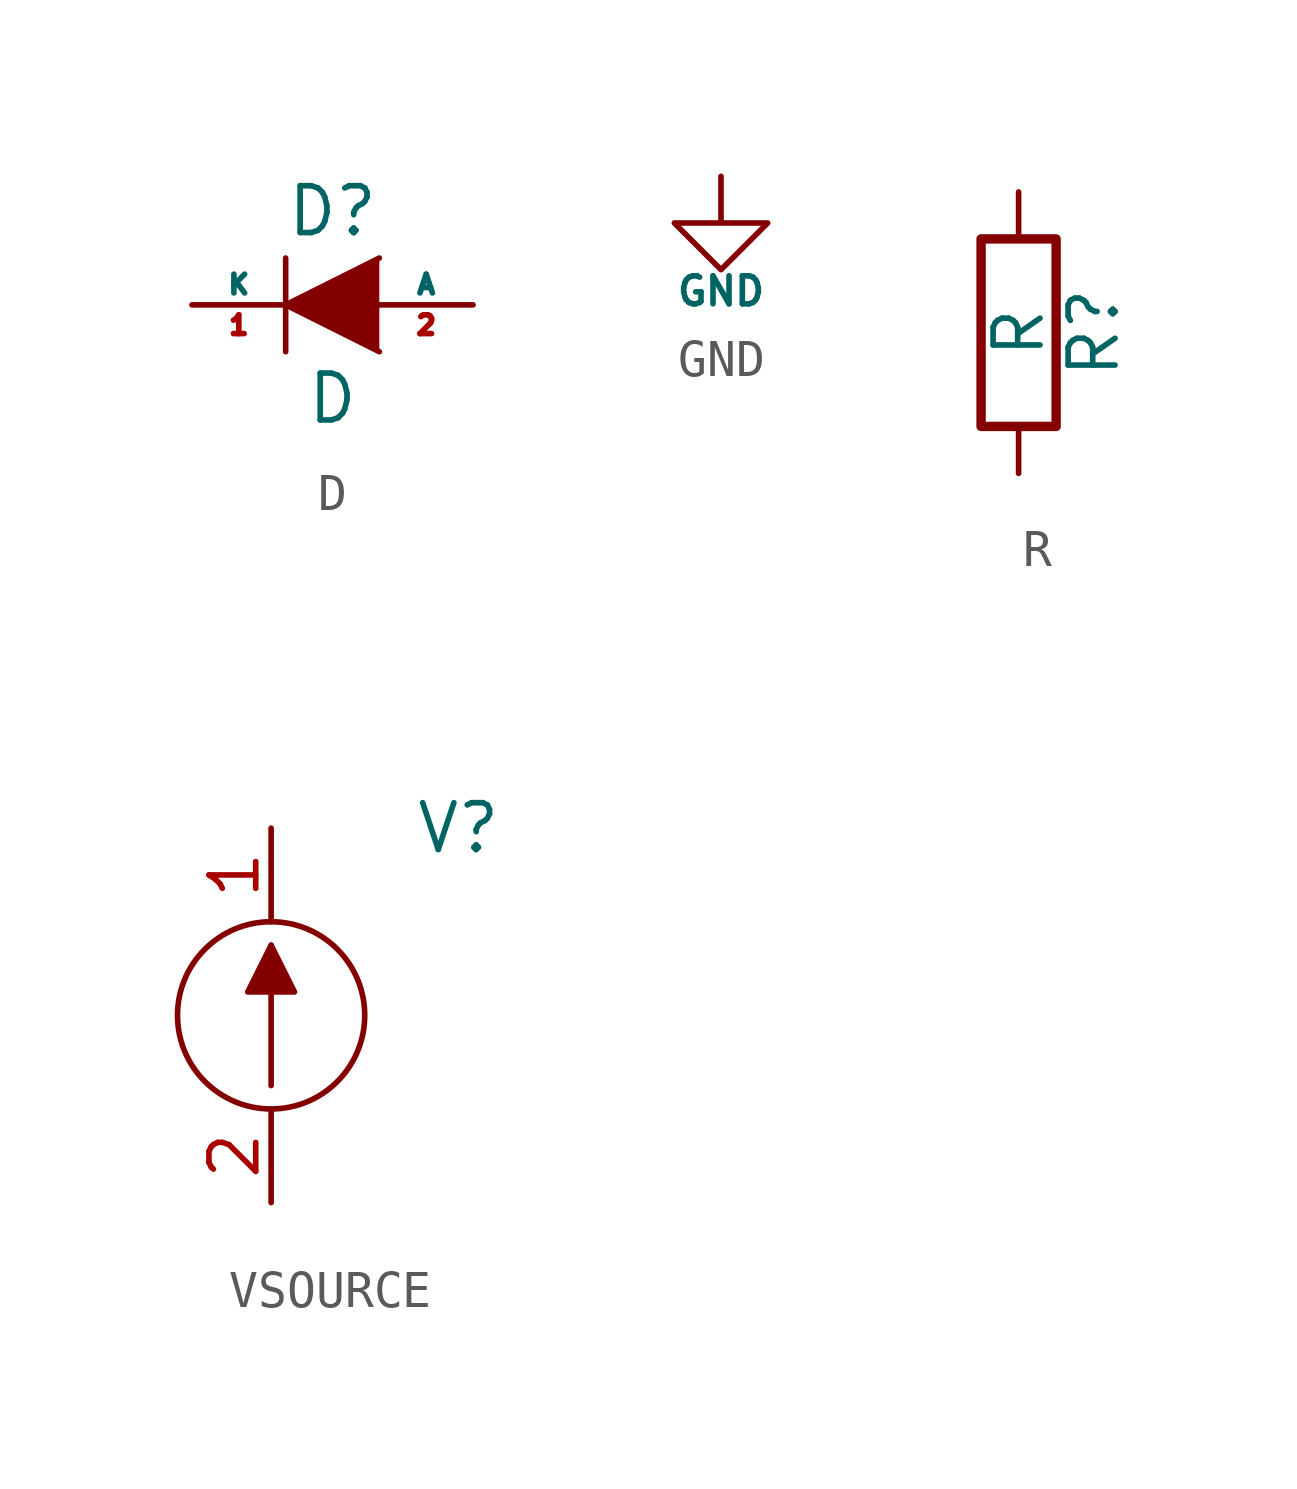
<source format=kicad_sym>
(kicad_symbol_lib
  (version 20201005)
  (generator kicad_symbol_editor)
  (symbol "rectifier_schlib:D"
    (pin_names
      (offset 0))
    (property "Reference" "D"
      (at 0 2.54 0)
      (effects (font (size 1.27 1.27))))
    (property "Value" "D"
      (at 0 -2.54 0)
      (effects (font (size 1.27 1.27))))
    (property "Footprint" ""
      (at 0 0 0)
      (effects (font (size 1.27 1.27))))
    (property "Datasheet" ""
      (at 0 0 0)
      (effects (font (size 1.27 1.27))))
    (symbol "D_0_1"
      (polyline (pts (xy -1.27 1.27) (xy -1.27 -1.27)) (stroke (width 0.152)) (fill (type none)))
      (polyline (pts (xy 1.27 1.27) (xy -1.27 0) (xy 1.27 -1.27)) (stroke (width 0)) (fill (type outline))))
    (symbol "D_1_1"
      (pin passive line (at -3.81 0 0) (length 2.54) (name "K" (effects (font (size 0.508 0.508)))) (number "1" (effects (font (size 0.508 0.508)))))
      (pin passive line (at 3.81 0 180) (length 2.54) (name "A" (effects (font (size 0.508 0.508)))) (number "2" (effects (font (size 0.508 0.508)))))))
  (symbol "rectifier_schlib:GND"
    (power)
    (pin_names
      (offset 0))
    (property "Reference" "#PWR"
      (at 0 -3.81 0)
      (effects (font (size 1.27 1.27)) hide))
    (property "Value" "GND"
      (at 0 -3.124 0)
      (effects (font (size 0.762 0.762))))
    (property "Footprint" ""
      (at 0 0 0)
      (effects (font (size 1.524 1.524))))
    (property "Datasheet" ""
      (at 0 0 0)
      (effects (font (size 1.524 1.524))))
    (symbol "GND_0_1"
      (polyline (pts (xy 0 0) (xy 0 -1.27) (xy 1.27 -1.27) (xy 0 -2.54) (xy -1.27 -1.27) (xy 0 -1.27)) (stroke (width 0)) (fill (type none))))
    (symbol "GND_1_1"
      (pin power_in line (at 0 0 270) (length 0) hide (name "GND" (effects (font (size 0.762 0.762)))) (number "1" (effects (font (size 0.508 0.508)))))))
  (symbol "rectifier_schlib:R"
    (pin_numbers hide)
    (pin_names
      (offset 0))
    (property "Reference" "R"
      (at 2.032 0 90)
      (effects (font (size 1.27 1.27))))
    (property "Value" "R"
      (at 0 0 90)
      (effects (font (size 1.27 1.27))))
    (property "Footprint" ""
      (at -1.778 0 90)
      (effects (font (size 1.27 1.27))))
    (property "Datasheet" ""
      (at 0 0 0)
      (effects (font (size 1.27 1.27))))
    (symbol "R_0_1"
      (rectangle (start -1.016 -2.54) (end 1.016 2.54) (stroke (width 0.254)) (fill (type none))))
    (symbol "R_1_1"
      (pin passive line (at 0 3.81 270) (length 1.27) (name "~" (effects (font (size 1.27 1.27)))) (number "1" (effects (font (size 1.27 1.27)))))
      (pin passive line (at 0 -3.81 90) (length 1.27) (name "~" (effects (font (size 1.27 1.27)))) (number "2" (effects (font (size 1.27 1.27)))))))
  (symbol "rectifier_schlib:VSOURCE"
    (pin_names
      (offset 1.016))
    (property "Reference" "V"
      (at 5.08 5.08 0)
      (effects (font (size 1.27 1.27))))
    (property "Footprint" ""
      (at 0 0 0)
      (effects (font (size 1.27 1.27))))
    (property "Datasheet" ""
      (at 0 0 0)
      (effects (font (size 1.27 1.27))))
    (symbol "VSOURCE_0_1"
      (circle (center 0 0) (radius 2.54) (stroke (width 0)) (fill (type none)))
      (polyline (pts (xy 0 -1.905) (xy 0 1.905)) (stroke (width 0)) (fill (type none)))
      (polyline (pts (xy 0 1.905) (xy -0.635 0.635) (xy 0.635 0.635) (xy 0 1.905)) (stroke (width 0)) (fill (type outline))))
    (symbol "VSOURCE_1_1"
      (pin input line (at 0 5.08 270) (length 2.54) (name "~" (effects (font (size 1.27 1.27)))) (number "1" (effects (font (size 1.27 1.27)))))
      (pin input line (at 0 -5.08 90) (length 2.54) (name "~" (effects (font (size 1.27 1.27)))) (number "2" (effects (font (size 1.27 1.27))))))))
</source>
